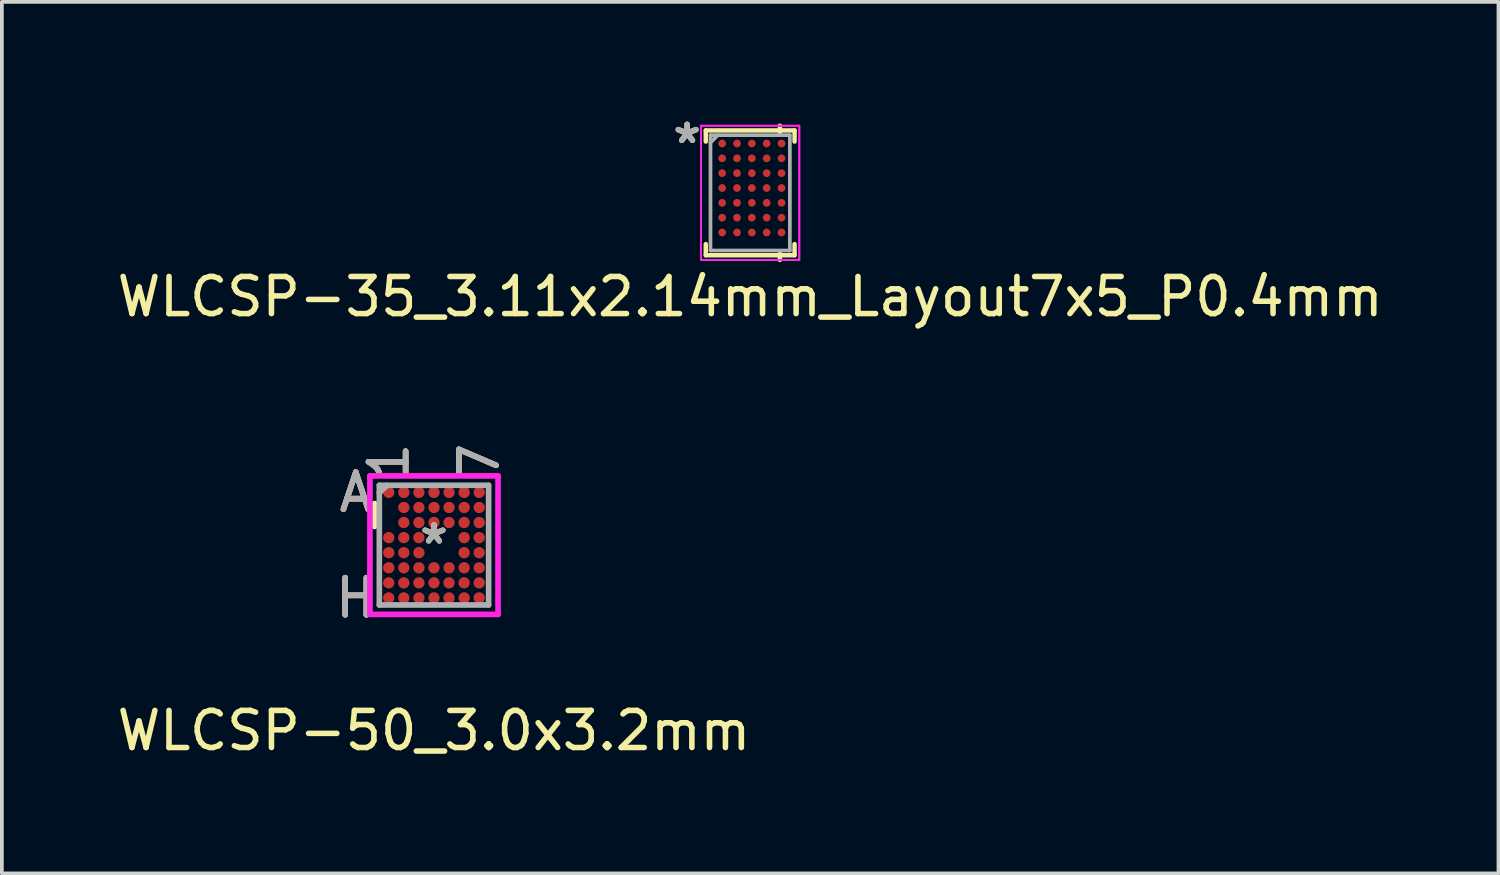
<source format=kicad_pcb>
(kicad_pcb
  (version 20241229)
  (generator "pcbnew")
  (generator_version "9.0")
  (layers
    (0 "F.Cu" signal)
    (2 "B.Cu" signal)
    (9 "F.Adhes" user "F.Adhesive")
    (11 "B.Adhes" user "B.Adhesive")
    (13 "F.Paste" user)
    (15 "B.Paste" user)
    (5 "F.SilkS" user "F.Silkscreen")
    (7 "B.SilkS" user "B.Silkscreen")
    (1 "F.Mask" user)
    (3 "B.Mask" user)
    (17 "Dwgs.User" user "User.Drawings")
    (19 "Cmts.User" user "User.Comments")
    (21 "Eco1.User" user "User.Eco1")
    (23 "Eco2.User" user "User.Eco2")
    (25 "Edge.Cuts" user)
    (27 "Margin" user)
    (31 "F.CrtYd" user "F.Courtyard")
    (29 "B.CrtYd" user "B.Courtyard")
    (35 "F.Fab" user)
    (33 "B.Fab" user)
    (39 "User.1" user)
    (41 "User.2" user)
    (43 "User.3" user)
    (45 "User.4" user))
  (footprint "WLCSP-50_3.0x3.2mm"
    (layer "F.Cu")
    (at 8.649 11.646)
    (property "Reference" "WLCSP-50_3.0x3.2mm" (at 0 5 0) (layer "F.SilkS") (effects (font (size 1 1) (thickness 0.15))))
    (attr through_hole)
    (fp_line (start -1.6 -1.122) (end -1.6 -0.504) (stroke (width 0.152) (type solid)) (layer "F.SilkS"))
    (fp_line (start -1.727 -1.867) (end 1.727 -1.867) (stroke (width 0.152) (type solid)) (layer "F.CrtYd"))
    (fp_line (start -1.727 1.867) (end -1.727 -1.867) (stroke (width 0.152) (type solid)) (layer "F.CrtYd"))
    (fp_line (start 1.727 -1.867) (end 1.727 1.867) (stroke (width 0.152) (type solid)) (layer "F.CrtYd"))
    (fp_line (start 1.727 1.867) (end -1.727 1.867) (stroke (width 0.152) (type solid)) (layer "F.CrtYd"))
    (fp_line (start -1.473 -1.613) (end -1.473 1.613) (stroke (width 0.152) (type solid)) (layer "F.Fab"))
    (fp_line (start -1.473 1.613) (end 1.473 1.613) (stroke (width 0.152) (type solid)) (layer "F.Fab"))
    (fp_line (start -1.27 -1.613) (end -1.473 -1.41) (stroke (width 0.152) (type solid)) (layer "F.Fab"))
    (fp_line (start 1.473 -1.613) (end -1.473 -1.613) (stroke (width 0.152) (type solid)) (layer "F.Fab"))
    (fp_line (start 1.473 1.613) (end 1.473 -1.613) (stroke (width 0.152) (type solid)) (layer "F.Fab"))
    (fp_text user "H" (at -2.108 1.422 0) (layer "F.SilkS") (effects (font (size 1 1) (thickness 0.15))))
    (fp_text user "1" (at -1.219 -2.248 90) (layer "F.SilkS") (effects (font (size 1 1) (thickness 0.15))))
    (fp_text user "A" (at -2.108 -1.422 0) (layer "F.SilkS") (effects (font (size 1 1) (thickness 0.15))))
    (fp_text user "7" (at 1.219 -2.248 90) (layer "F.SilkS") (effects (font (size 1 1) (thickness 0.15))))
    (fp_text user "*" (at 0 0 0) (layer "F.SilkS") (effects (font (size 1 1) (thickness 0.15))))
    (fp_text user "H" (at -2.108 1.422 0) (layer "B.SilkS") (effects (font (size 1 1) (thickness 0.15))))
    (fp_text user "7" (at 1.219 -2.248 90) (layer "B.SilkS") (effects (font (size 1 1) (thickness 0.15))))
    (fp_text user "A" (at -2.108 -1.422 0) (layer "B.SilkS") (effects (font (size 1 1) (thickness 0.15))))
    (fp_text user "1" (at -1.219 -2.248 90) (layer "B.SilkS") (effects (font (size 1 1) (thickness 0.15))))
    (fp_text user "A" (at -2.108 -1.422 0) (layer "F.Fab") (effects (font (size 1 1) (thickness 0.15))))
    (fp_text user "7" (at 1.219 -2.248 90) (layer "F.Fab") (effects (font (size 1 1) (thickness 0.15))))
    (fp_text user "H" (at -2.108 1.422 0) (layer "F.Fab") (effects (font (size 1 1) (thickness 0.15))))
    (fp_text user "1" (at -1.219 -2.248 90) (layer "F.Fab") (effects (font (size 1 1) (thickness 0.15))))
    (fp_text user "*" (at 0 0 0) (layer "F.Fab") (effects (font (size 1 1) (thickness 0.15))))
    (pad "A1" smd circle (at -1.219 -1.422) (size 0.305 0.305) (layers "F.Cu" "F.Mask" "F.Paste"))
    (pad "A2" smd circle (at -0.813 -1.422) (size 0.305 0.305) (layers "F.Cu" "F.Mask" "F.Paste"))
    (pad "A3" smd circle (at -0.406 -1.422) (size 0.305 0.305) (layers "F.Cu" "F.Mask" "F.Paste"))
    (pad "A4" smd circle (at 0 -1.422) (size 0.305 0.305) (layers "F.Cu" "F.Mask" "F.Paste"))
    (pad "A5" smd circle (at 0.406 -1.422) (size 0.305 0.305) (layers "F.Cu" "F.Mask" "F.Paste"))
    (pad "A6" smd circle (at 0.813 -1.422) (size 0.305 0.305) (layers "F.Cu" "F.Mask" "F.Paste"))
    (pad "A7" smd circle (at 1.219 -1.422) (size 0.305 0.305) (layers "F.Cu" "F.Mask" "F.Paste"))
    (pad "B2" smd circle (at -0.813 -1.016) (size 0.305 0.305) (layers "F.Cu" "F.Mask" "F.Paste"))
    (pad "B3" smd circle (at -0.406 -1.016) (size 0.305 0.305) (layers "F.Cu" "F.Mask" "F.Paste"))
    (pad "B4" smd circle (at 0 -1.016) (size 0.305 0.305) (layers "F.Cu" "F.Mask" "F.Paste"))
    (pad "B5" smd circle (at 0.406 -1.016) (size 0.305 0.305) (layers "F.Cu" "F.Mask" "F.Paste"))
    (pad "B6" smd circle (at 0.813 -1.016) (size 0.305 0.305) (layers "F.Cu" "F.Mask" "F.Paste"))
    (pad "B7" smd circle (at 1.219 -1.016) (size 0.305 0.305) (layers "F.Cu" "F.Mask" "F.Paste"))
    (pad "C2" smd circle (at -0.813 -0.61) (size 0.305 0.305) (layers "F.Cu" "F.Mask" "F.Paste"))
    (pad "C3" smd circle (at -0.406 -0.61) (size 0.305 0.305) (layers "F.Cu" "F.Mask" "F.Paste"))
    (pad "C4" smd circle (at 0 -0.61) (size 0.305 0.305) (layers "F.Cu" "F.Mask" "F.Paste"))
    (pad "C5" smd circle (at 0.406 -0.61) (size 0.305 0.305) (layers "F.Cu" "F.Mask" "F.Paste"))
    (pad "C6" smd circle (at 0.813 -0.61) (size 0.305 0.305) (layers "F.Cu" "F.Mask" "F.Paste"))
    (pad "C7" smd circle (at 1.219 -0.61) (size 0.305 0.305) (layers "F.Cu" "F.Mask" "F.Paste"))
    (pad "D1" smd circle (at -1.219 -0.203) (size 0.305 0.305) (layers "F.Cu" "F.Mask" "F.Paste"))
    (pad "D2" smd circle (at -0.813 -0.203) (size 0.305 0.305) (layers "F.Cu" "F.Mask" "F.Paste"))
    (pad "D3" smd circle (at -0.406 -0.203) (size 0.305 0.305) (layers "F.Cu" "F.Mask" "F.Paste"))
    (pad "D6" smd circle (at 0.813 -0.203) (size 0.305 0.305) (layers "F.Cu" "F.Mask" "F.Paste"))
    (pad "D7" smd circle (at 1.219 -0.203) (size 0.305 0.305) (layers "F.Cu" "F.Mask" "F.Paste"))
    (pad "E1" smd circle (at -1.219 0.203) (size 0.305 0.305) (layers "F.Cu" "F.Mask" "F.Paste"))
    (pad "E2" smd circle (at -0.813 0.203) (size 0.305 0.305) (layers "F.Cu" "F.Mask" "F.Paste"))
    (pad "E3" smd circle (at -0.406 0.203) (size 0.305 0.305) (layers "F.Cu" "F.Mask" "F.Paste"))
    (pad "E6" smd circle (at 0.813 0.203) (size 0.305 0.305) (layers "F.Cu" "F.Mask" "F.Paste"))
    (pad "E7" smd circle (at 1.219 0.203) (size 0.305 0.305) (layers "F.Cu" "F.Mask" "F.Paste"))
    (pad "F1" smd circle (at -1.219 0.61) (size 0.305 0.305) (layers "F.Cu" "F.Mask" "F.Paste"))
    (pad "F2" smd circle (at -0.813 0.61) (size 0.305 0.305) (layers "F.Cu" "F.Mask" "F.Paste"))
    (pad "F3" smd circle (at -0.406 0.61) (size 0.305 0.305) (layers "F.Cu" "F.Mask" "F.Paste"))
    (pad "F4" smd circle (at 0 0.61) (size 0.305 0.305) (layers "F.Cu" "F.Mask" "F.Paste"))
    (pad "F5" smd circle (at 0.406 0.61) (size 0.305 0.305) (layers "F.Cu" "F.Mask" "F.Paste"))
    (pad "F6" smd circle (at 0.813 0.61) (size 0.305 0.305) (layers "F.Cu" "F.Mask" "F.Paste"))
    (pad "F7" smd circle (at 1.219 0.61) (size 0.305 0.305) (layers "F.Cu" "F.Mask" "F.Paste"))
    (pad "G1" smd circle (at -1.219 1.016) (size 0.305 0.305) (layers "F.Cu" "F.Mask" "F.Paste"))
    (pad "G2" smd circle (at -0.813 1.016) (size 0.305 0.305) (layers "F.Cu" "F.Mask" "F.Paste"))
    (pad "G3" smd circle (at -0.406 1.016) (size 0.305 0.305) (layers "F.Cu" "F.Mask" "F.Paste"))
    (pad "G4" smd circle (at 0 1.016) (size 0.305 0.305) (layers "F.Cu" "F.Mask" "F.Paste"))
    (pad "G5" smd circle (at 0.406 1.016) (size 0.305 0.305) (layers "F.Cu" "F.Mask" "F.Paste"))
    (pad "G6" smd circle (at 0.813 1.016) (size 0.305 0.305) (layers "F.Cu" "F.Mask" "F.Paste"))
    (pad "G7" smd circle (at 1.219 1.016) (size 0.305 0.305) (layers "F.Cu" "F.Mask" "F.Paste"))
    (pad "H1" smd circle (at -1.219 1.422) (size 0.305 0.305) (layers "F.Cu" "F.Mask" "F.Paste"))
    (pad "H2" smd circle (at -0.813 1.422) (size 0.305 0.305) (layers "F.Cu" "F.Mask" "F.Paste"))
    (pad "H3" smd circle (at -0.406 1.422) (size 0.305 0.305) (layers "F.Cu" "F.Mask" "F.Paste"))
    (pad "H4" smd circle (at 0 1.422) (size 0.305 0.305) (layers "F.Cu" "F.Mask" "F.Paste"))
    (pad "H5" smd circle (at 0.406 1.422) (size 0.305 0.305) (layers "F.Cu" "F.Mask" "F.Paste"))
    (pad "H6" smd circle (at 0.813 1.422) (size 0.305 0.305) (layers "F.Cu" "F.Mask" "F.Paste"))
    (pad "H7" smd circle (at 1.219 1.422) (size 0.305 0.305) (layers "F.Cu" "F.Mask" "F.Paste")))
  (footprint "WLCSP-35_3.11x2.14mm_Layout7x5_P0.4mm"
    (layer "F.Cu")
    (at 17.173 2.148)
    (property "Reference" "WLCSP-35_3.11x2.14mm_Layout7x5_P0.4mm" (at 0 2.8 0) (layer "F.SilkS") (effects (font (size 1 1) (thickness 0.15))))
    (attr through_hole)
    (fp_line (start -1.197 -1.682) (end -1.197 -1.382) (stroke (width 0.12) (type solid)) (layer "F.SilkS"))
    (fp_line (start -1.197 1.382) (end -1.197 1.682) (stroke (width 0.12) (type solid)) (layer "F.SilkS"))
    (fp_line (start -1.197 1.682) (end 1.197 1.682) (stroke (width 0.12) (type solid)) (layer "F.SilkS"))
    (fp_line (start 0.8 -1.637) (end 0.8 -1.809) (stroke (width 0.12) (type solid)) (layer "F.SilkS"))
    (fp_line (start 0.8 1.637) (end 0.8 1.809) (stroke (width 0.12) (type solid)) (layer "F.SilkS"))
    (fp_line (start 1.197 -1.682) (end -1.197 -1.682) (stroke (width 0.12) (type solid)) (layer "F.SilkS"))
    (fp_line (start 1.197 -1.382) (end 1.197 -1.682) (stroke (width 0.12) (type solid)) (layer "F.SilkS"))
    (fp_line (start 1.197 1.682) (end 1.197 1.382) (stroke (width 0.12) (type solid)) (layer "F.SilkS"))
    (fp_line (start -1.324 -1.809) (end 1.324 -1.809) (stroke (width 0.05) (type solid)) (layer "F.CrtYd"))
    (fp_line (start -1.324 -1.809) (end 1.324 -1.809) (stroke (width 0.05) (type solid)) (layer "F.CrtYd"))
    (fp_line (start -1.324 1.809) (end -1.324 -1.809) (stroke (width 0.05) (type solid)) (layer "F.CrtYd"))
    (fp_line (start -1.324 1.809) (end -1.324 -1.809) (stroke (width 0.05) (type solid)) (layer "F.CrtYd"))
    (fp_line (start 1.324 -1.809) (end 1.324 1.809) (stroke (width 0.05) (type solid)) (layer "F.CrtYd"))
    (fp_line (start 1.324 -1.809) (end 1.324 1.809) (stroke (width 0.05) (type solid)) (layer "F.CrtYd"))
    (fp_line (start 1.324 1.809) (end -1.324 1.809) (stroke (width 0.05) (type solid)) (layer "F.CrtYd"))
    (fp_line (start 1.324 1.809) (end -1.324 1.809) (stroke (width 0.05) (type solid)) (layer "F.CrtYd"))
    (fp_line (start -1.07 -1.555) (end -1.07 1.555) (stroke (width 0.1) (type solid)) (layer "F.Fab"))
    (fp_line (start -1.07 1.555) (end 1.07 1.555) (stroke (width 0.1) (type solid)) (layer "F.Fab"))
    (fp_line (start -0.87 -1.555) (end -1.07 -1.355) (stroke (width 0.1) (type solid)) (layer "F.Fab"))
    (fp_line (start 1.07 -1.555) (end -1.07 -1.555) (stroke (width 0.1) (type solid)) (layer "F.Fab"))
    (fp_line (start 1.07 1.555) (end 1.07 -1.555) (stroke (width 0.1) (type solid)) (layer "F.Fab"))
    (fp_text user "*" (at -1.7 -1.3 0) (layer "F.SilkS") (effects (font (size 1 1) (thickness 0.15))))
    (fp_text user "*" (at -1.7 -1.3 0) (layer "F.Fab") (effects (font (size 1 1) (thickness 0.15))))
    (pad "A1" smd circle (at -0.755 -1.33) (size 0.208 0.208) (layers "F.Cu" "F.Mask" "F.Paste"))
    (pad "A2" smd circle (at -0.355 -1.33) (size 0.208 0.208) (layers "F.Cu" "F.Mask" "F.Paste"))
    (pad "A3" smd circle (at 0.045 -1.33) (size 0.208 0.208) (layers "F.Cu" "F.Mask" "F.Paste"))
    (pad "A4" smd circle (at 0.445 -1.33) (size 0.208 0.208) (layers "F.Cu" "F.Mask" "F.Paste"))
    (pad "A5" smd circle (at 0.845 -1.33) (size 0.208 0.208) (layers "F.Cu" "F.Mask" "F.Paste"))
    (pad "B1" smd circle (at -0.755 -0.93) (size 0.208 0.208) (layers "F.Cu" "F.Mask" "F.Paste"))
    (pad "B2" smd circle (at -0.355 -0.93) (size 0.208 0.208) (layers "F.Cu" "F.Mask" "F.Paste"))
    (pad "B3" smd circle (at 0.045 -0.93) (size 0.208 0.208) (layers "F.Cu" "F.Mask" "F.Paste"))
    (pad "B4" smd circle (at 0.445 -0.93) (size 0.208 0.208) (layers "F.Cu" "F.Mask" "F.Paste"))
    (pad "B5" smd circle (at 0.845 -0.93) (size 0.208 0.208) (layers "F.Cu" "F.Mask" "F.Paste"))
    (pad "C1" smd circle (at -0.755 -0.53) (size 0.208 0.208) (layers "F.Cu" "F.Mask" "F.Paste"))
    (pad "C2" smd circle (at -0.355 -0.53) (size 0.208 0.208) (layers "F.Cu" "F.Mask" "F.Paste"))
    (pad "C3" smd circle (at 0.045 -0.53) (size 0.208 0.208) (layers "F.Cu" "F.Mask" "F.Paste"))
    (pad "C4" smd circle (at 0.445 -0.53) (size 0.208 0.208) (layers "F.Cu" "F.Mask" "F.Paste"))
    (pad "C5" smd circle (at 0.845 -0.53) (size 0.208 0.208) (layers "F.Cu" "F.Mask" "F.Paste"))
    (pad "D1" smd circle (at -0.755 -0.13) (size 0.208 0.208) (layers "F.Cu" "F.Mask" "F.Paste"))
    (pad "D2" smd circle (at -0.355 -0.13) (size 0.208 0.208) (layers "F.Cu" "F.Mask" "F.Paste"))
    (pad "D3" smd circle (at 0.045 -0.13) (size 0.208 0.208) (layers "F.Cu" "F.Mask" "F.Paste"))
    (pad "D4" smd circle (at 0.445 -0.13) (size 0.208 0.208) (layers "F.Cu" "F.Mask" "F.Paste"))
    (pad "D5" smd circle (at 0.845 -0.13) (size 0.208 0.208) (layers "F.Cu" "F.Mask" "F.Paste"))
    (pad "E1" smd circle (at -0.755 0.27) (size 0.208 0.208) (layers "F.Cu" "F.Mask" "F.Paste"))
    (pad "E2" smd circle (at -0.355 0.27) (size 0.208 0.208) (layers "F.Cu" "F.Mask" "F.Paste"))
    (pad "E3" smd circle (at 0.045 0.27) (size 0.208 0.208) (layers "F.Cu" "F.Mask" "F.Paste"))
    (pad "E4" smd circle (at 0.445 0.27) (size 0.208 0.208) (layers "F.Cu" "F.Mask" "F.Paste"))
    (pad "E5" smd circle (at 0.845 0.27) (size 0.208 0.208) (layers "F.Cu" "F.Mask" "F.Paste"))
    (pad "F1" smd circle (at -0.755 0.67) (size 0.208 0.208) (layers "F.Cu" "F.Mask" "F.Paste"))
    (pad "F2" smd circle (at -0.355 0.67) (size 0.208 0.208) (layers "F.Cu" "F.Mask" "F.Paste"))
    (pad "F3" smd circle (at 0.045 0.67) (size 0.208 0.208) (layers "F.Cu" "F.Mask" "F.Paste"))
    (pad "F4" smd circle (at 0.445 0.67) (size 0.208 0.208) (layers "F.Cu" "F.Mask" "F.Paste"))
    (pad "F5" smd circle (at 0.845 0.67) (size 0.208 0.208) (layers "F.Cu" "F.Mask" "F.Paste"))
    (pad "G1" smd circle (at -0.755 1.07) (size 0.208 0.208) (layers "F.Cu" "F.Mask" "F.Paste"))
    (pad "G2" smd circle (at -0.355 1.07) (size 0.208 0.208) (layers "F.Cu" "F.Mask" "F.Paste"))
    (pad "G3" smd circle (at 0.045 1.07) (size 0.208 0.208) (layers "F.Cu" "F.Mask" "F.Paste"))
    (pad "G4" smd circle (at 0.445 1.07) (size 0.208 0.208) (layers "F.Cu" "F.Mask" "F.Paste"))
    (pad "G5" smd circle (at 0.845 1.07) (size 0.208 0.208) (layers "F.Cu" "F.Mask" "F.Paste")))
  (gr_rect
    (start -3 -3)
    (end 37.345 20.494)
    (stroke (width 0.1) (type default))
    (fill no)
    (layer "Edge.Cuts")))
</source>
